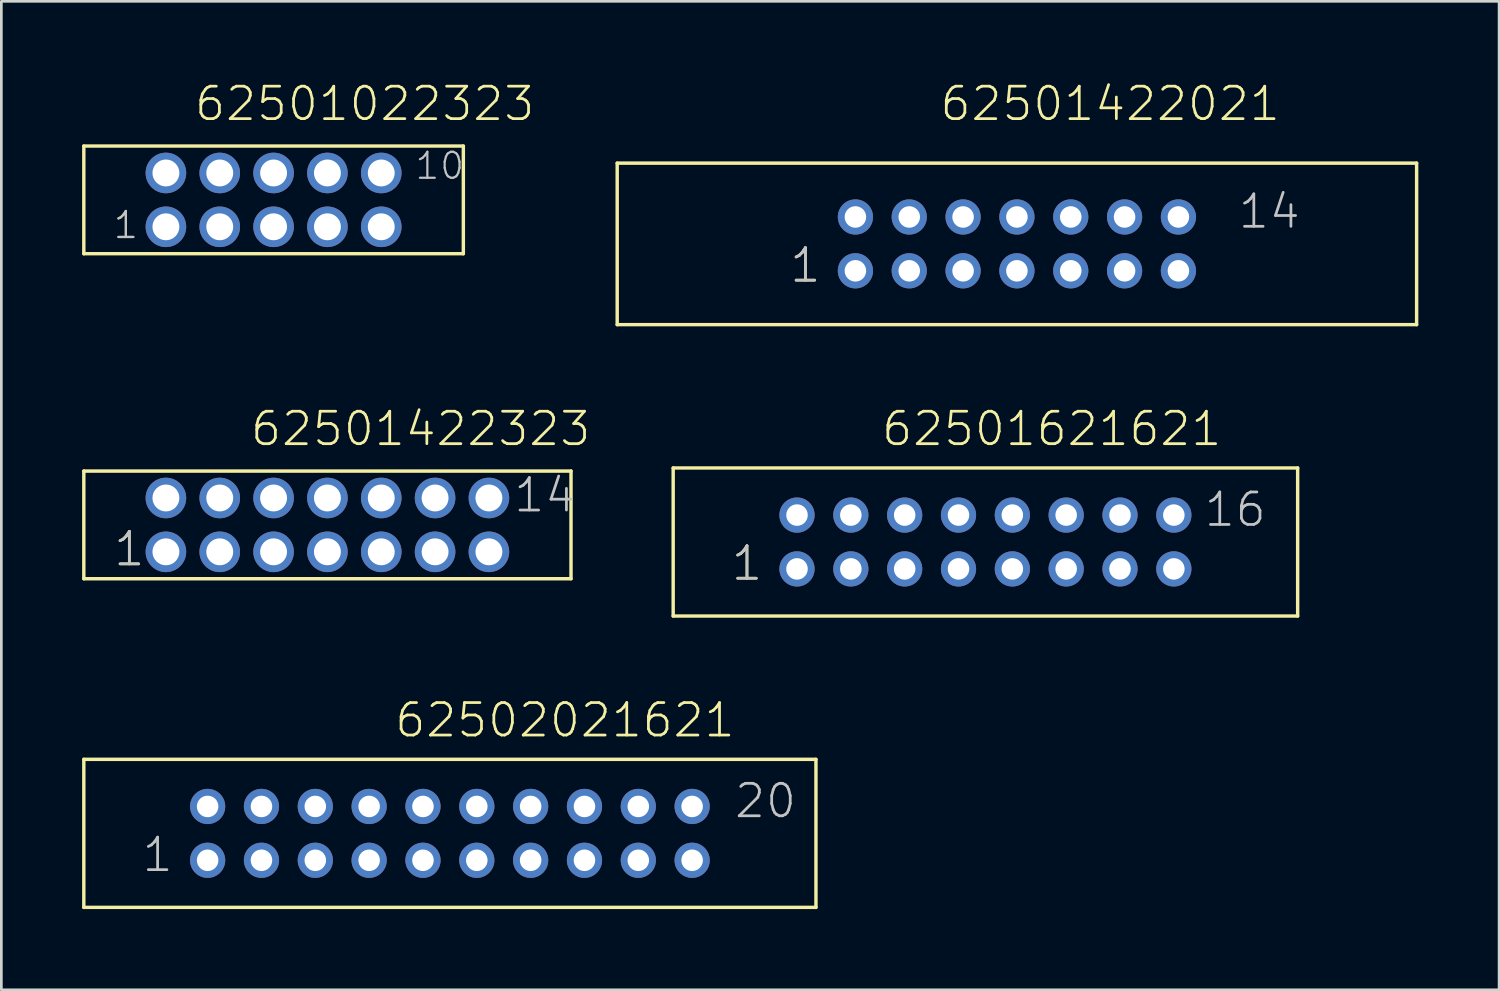
<source format=kicad_pcb>
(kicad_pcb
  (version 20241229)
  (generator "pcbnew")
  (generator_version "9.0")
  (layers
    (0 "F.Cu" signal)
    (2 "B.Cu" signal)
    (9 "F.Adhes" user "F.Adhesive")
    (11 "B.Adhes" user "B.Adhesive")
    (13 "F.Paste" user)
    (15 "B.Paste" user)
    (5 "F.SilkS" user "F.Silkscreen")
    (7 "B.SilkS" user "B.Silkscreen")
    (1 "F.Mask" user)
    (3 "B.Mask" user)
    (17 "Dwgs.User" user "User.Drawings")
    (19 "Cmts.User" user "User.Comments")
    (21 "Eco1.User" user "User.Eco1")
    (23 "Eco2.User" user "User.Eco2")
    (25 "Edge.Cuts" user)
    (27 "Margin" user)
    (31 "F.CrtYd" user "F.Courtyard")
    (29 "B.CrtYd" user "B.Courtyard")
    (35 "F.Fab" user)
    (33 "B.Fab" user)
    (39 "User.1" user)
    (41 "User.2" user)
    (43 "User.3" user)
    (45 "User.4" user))
  (footprint "62502021621"
    (layer "F.Cu")
    (at 13.664 27.911)
    (property "Reference" "62502021621" (at -2.11 -3.5 0) (layer "F.SilkS") (effects (font (size 1.206 1.206) (thickness 0.102)) (justify left bottom)))
    (attr through_hole)
    (fp_line (start -13.6 -2.75) (end -13.6 2.75) (stroke (width 0.127) (type solid)) (layer "F.SilkS"))
    (fp_line (start -13.6 2.75) (end 13.6 2.75) (stroke (width 0.127) (type solid)) (layer "F.SilkS"))
    (fp_line (start 13.6 -2.75) (end -13.6 -2.75) (stroke (width 0.127) (type solid)) (layer "F.SilkS"))
    (fp_line (start 13.6 2.75) (end 13.6 -2.75) (stroke (width 0.127) (type solid)) (layer "F.SilkS"))
    (fp_text user "1" (at -11.5 1.5 0) (layer "Dwgs.User") (effects (font (size 1.206 1.206) (thickness 0.102)) (justify left bottom)))
    (fp_text user "20" (at 10.51 -0.5 0) (layer "Dwgs.User") (effects (font (size 1.206 1.206) (thickness 0.102)) (justify left bottom)))
    (pad "1" thru_hole circle (at -9 1) (size 1.308 1.308) (drill 0.8) (layers "*.Cu" "*.Mask"))
    (pad "2" thru_hole circle (at -9 -1) (size 1.308 1.308) (drill 0.8) (layers "*.Cu" "*.Mask"))
    (pad "3" thru_hole circle (at -7 1) (size 1.308 1.308) (drill 0.8) (layers "*.Cu" "*.Mask"))
    (pad "4" thru_hole circle (at -7 -1) (size 1.308 1.308) (drill 0.8) (layers "*.Cu" "*.Mask"))
    (pad "5" thru_hole circle (at -5 1) (size 1.308 1.308) (drill 0.8) (layers "*.Cu" "*.Mask"))
    (pad "6" thru_hole circle (at -5 -1) (size 1.308 1.308) (drill 0.8) (layers "*.Cu" "*.Mask"))
    (pad "7" thru_hole circle (at -3 1) (size 1.308 1.308) (drill 0.8) (layers "*.Cu" "*.Mask"))
    (pad "8" thru_hole circle (at -3 -1) (size 1.308 1.308) (drill 0.8) (layers "*.Cu" "*.Mask"))
    (pad "9" thru_hole circle (at -1 1) (size 1.308 1.308) (drill 0.8) (layers "*.Cu" "*.Mask"))
    (pad "10" thru_hole circle (at -1 -1) (size 1.308 1.308) (drill 0.8) (layers "*.Cu" "*.Mask"))
    (pad "11" thru_hole circle (at 1 1) (size 1.308 1.308) (drill 0.8) (layers "*.Cu" "*.Mask"))
    (pad "12" thru_hole circle (at 1 -1) (size 1.308 1.308) (drill 0.8) (layers "*.Cu" "*.Mask"))
    (pad "13" thru_hole circle (at 3 1) (size 1.308 1.308) (drill 0.8) (layers "*.Cu" "*.Mask"))
    (pad "14" thru_hole circle (at 3 -1) (size 1.308 1.308) (drill 0.8) (layers "*.Cu" "*.Mask"))
    (pad "15" thru_hole circle (at 5 1) (size 1.308 1.308) (drill 0.8) (layers "*.Cu" "*.Mask"))
    (pad "16" thru_hole circle (at 5 -1) (size 1.308 1.308) (drill 0.8) (layers "*.Cu" "*.Mask"))
    (pad "17" thru_hole circle (at 7 1) (size 1.308 1.308) (drill 0.8) (layers "*.Cu" "*.Mask"))
    (pad "18" thru_hole circle (at 7 -1) (size 1.308 1.308) (drill 0.8) (layers "*.Cu" "*.Mask"))
    (pad "19" thru_hole circle (at 9 1) (size 1.308 1.308) (drill 0.8) (layers "*.Cu" "*.Mask"))
    (pad "20" thru_hole circle (at 9 -1) (size 1.308 1.308) (drill 0.8) (layers "*.Cu" "*.Mask")))
  (footprint "62501422323"
    (layer "F.Cu")
    (at 9.114 16.451)
    (property "Reference" "62501422323" (at -2.92 -2.865 0) (layer "F.SilkS") (effects (font (size 1.206 1.206) (thickness 0.102)) (justify left bottom)))
    (attr through_hole)
    (fp_line (start -9.05 -2) (end -9.05 2) (stroke (width 0.127) (type solid)) (layer "F.SilkS"))
    (fp_line (start -9.05 2) (end 9.05 2) (stroke (width 0.127) (type solid)) (layer "F.SilkS"))
    (fp_line (start 9.05 -2) (end -9.05 -2) (stroke (width 0.127) (type solid)) (layer "F.SilkS"))
    (fp_line (start 9.05 2) (end 9.05 -2) (stroke (width 0.127) (type solid)) (layer "F.SilkS"))
    (fp_text user "1" (at -8 1.6 0) (layer "F.SilkS") (effects (font (size 1.206 1.206) (thickness 0.102)) (justify left bottom)))
    (fp_text user "1" (at -8 1.6 0) (layer "Dwgs.User") (effects (font (size 1.206 1.206) (thickness 0.102)) (justify left bottom)))
    (fp_text user "14" (at 6.86 -0.4 0) (layer "Dwgs.User") (effects (font (size 1.206 1.206) (thickness 0.102)) (justify left bottom)))
    (pad "1" thru_hole circle (at -6 1) (size 1.508 1.508) (drill 1) (layers "*.Cu" "*.Mask"))
    (pad "2" thru_hole circle (at -6 -1) (size 1.508 1.508) (drill 1) (layers "*.Cu" "*.Mask"))
    (pad "3" thru_hole circle (at -4 1) (size 1.508 1.508) (drill 1) (layers "*.Cu" "*.Mask"))
    (pad "4" thru_hole circle (at -4 -1) (size 1.508 1.508) (drill 1) (layers "*.Cu" "*.Mask"))
    (pad "5" thru_hole circle (at -2 1) (size 1.508 1.508) (drill 1) (layers "*.Cu" "*.Mask"))
    (pad "6" thru_hole circle (at -2 -1) (size 1.508 1.508) (drill 1) (layers "*.Cu" "*.Mask"))
    (pad "7" thru_hole circle (at 0 1) (size 1.508 1.508) (drill 1) (layers "*.Cu" "*.Mask"))
    (pad "8" thru_hole circle (at 0 -1) (size 1.508 1.508) (drill 1) (layers "*.Cu" "*.Mask"))
    (pad "9" thru_hole circle (at 2 1) (size 1.508 1.508) (drill 1) (layers "*.Cu" "*.Mask"))
    (pad "10" thru_hole circle (at 2 -1) (size 1.508 1.508) (drill 1) (layers "*.Cu" "*.Mask"))
    (pad "11" thru_hole circle (at 4 1) (size 1.508 1.508) (drill 1) (layers "*.Cu" "*.Mask"))
    (pad "12" thru_hole circle (at 4 -1) (size 1.508 1.508) (drill 1) (layers "*.Cu" "*.Mask"))
    (pad "13" thru_hole circle (at 6 1) (size 1.508 1.508) (drill 1) (layers "*.Cu" "*.Mask"))
    (pad "14" thru_hole circle (at 6 -1) (size 1.508 1.508) (drill 1) (layers "*.Cu" "*.Mask")))
  (footprint "62501621621"
    (layer "F.Cu")
    (at 33.56 17.086)
    (property "Reference" "62501621621" (at -3.92 -3.5 0) (layer "F.SilkS") (effects (font (size 1.206 1.206) (thickness 0.102)) (justify left bottom)))
    (attr through_hole)
    (fp_line (start -11.6 -2.75) (end -11.6 2.75) (stroke (width 0.127) (type solid)) (layer "F.SilkS"))
    (fp_line (start -11.6 2.75) (end 11.6 2.75) (stroke (width 0.127) (type solid)) (layer "F.SilkS"))
    (fp_line (start 11.6 -2.75) (end -11.6 -2.75) (stroke (width 0.127) (type solid)) (layer "F.SilkS"))
    (fp_line (start 11.6 2.75) (end 11.6 -2.75) (stroke (width 0.127) (type solid)) (layer "F.SilkS"))
    (fp_text user "1" (at -9.5 1.5 0) (layer "F.SilkS") (effects (font (size 1.206 1.206) (thickness 0.102)) (justify left bottom)))
    (fp_text user "16" (at 8.065 -0.5 0) (layer "Dwgs.User") (effects (font (size 1.206 1.206) (thickness 0.102)) (justify left bottom)))
    (fp_text user "1" (at -9.5 1.5 0) (layer "Dwgs.User") (effects (font (size 1.206 1.206) (thickness 0.102)) (justify left bottom)))
    (pad "1" thru_hole circle (at -7 1) (size 1.308 1.308) (drill 0.8) (layers "*.Cu" "*.Mask"))
    (pad "2" thru_hole circle (at -7 -1) (size 1.308 1.308) (drill 0.8) (layers "*.Cu" "*.Mask"))
    (pad "3" thru_hole circle (at -5 1) (size 1.308 1.308) (drill 0.8) (layers "*.Cu" "*.Mask"))
    (pad "4" thru_hole circle (at -5 -1) (size 1.308 1.308) (drill 0.8) (layers "*.Cu" "*.Mask"))
    (pad "5" thru_hole circle (at -3 1) (size 1.308 1.308) (drill 0.8) (layers "*.Cu" "*.Mask"))
    (pad "6" thru_hole circle (at -3 -1) (size 1.308 1.308) (drill 0.8) (layers "*.Cu" "*.Mask"))
    (pad "7" thru_hole circle (at -1 1) (size 1.308 1.308) (drill 0.8) (layers "*.Cu" "*.Mask"))
    (pad "8" thru_hole circle (at -1 -1) (size 1.308 1.308) (drill 0.8) (layers "*.Cu" "*.Mask"))
    (pad "9" thru_hole circle (at 1 1) (size 1.308 1.308) (drill 0.8) (layers "*.Cu" "*.Mask"))
    (pad "10" thru_hole circle (at 1 -1) (size 1.308 1.308) (drill 0.8) (layers "*.Cu" "*.Mask"))
    (pad "11" thru_hole circle (at 3 1) (size 1.308 1.308) (drill 0.8) (layers "*.Cu" "*.Mask"))
    (pad "12" thru_hole circle (at 3 -1) (size 1.308 1.308) (drill 0.8) (layers "*.Cu" "*.Mask"))
    (pad "13" thru_hole circle (at 5 1) (size 1.308 1.308) (drill 0.8) (layers "*.Cu" "*.Mask"))
    (pad "14" thru_hole circle (at 5 -1) (size 1.308 1.308) (drill 0.8) (layers "*.Cu" "*.Mask"))
    (pad "15" thru_hole circle (at 7 1) (size 1.308 1.308) (drill 0.8) (layers "*.Cu" "*.Mask"))
    (pad "16" thru_hole circle (at 7 -1) (size 1.308 1.308) (drill 0.8) (layers "*.Cu" "*.Mask")))
  (footprint "62501422021"
    (layer "F.Cu")
    (at 34.73 6.011)
    (property "Reference" "62501422021" (at -2.92 -4.5 0) (layer "F.SilkS") (effects (font (size 1.206 1.206) (thickness 0.102)) (justify left bottom)))
    (attr through_hole)
    (fp_line (start -14.85 -3) (end -14.85 3) (stroke (width 0.127) (type solid)) (layer "F.SilkS"))
    (fp_line (start -14.85 3) (end 14.85 3) (stroke (width 0.127) (type solid)) (layer "F.SilkS"))
    (fp_line (start 14.85 -3) (end -14.85 -3) (stroke (width 0.127) (type solid)) (layer "F.SilkS"))
    (fp_line (start 14.85 3) (end 14.85 -3) (stroke (width 0.127) (type solid)) (layer "F.SilkS"))
    (fp_text user "1" (at -8.5 1.5 0) (layer "F.SilkS") (effects (font (size 1.206 1.206) (thickness 0.102)) (justify left bottom)))
    (fp_text user "14" (at 8.16 -0.5 0) (layer "Dwgs.User") (effects (font (size 1.206 1.206) (thickness 0.102)) (justify left bottom)))
    (fp_text user "1" (at -8.5 1.5 0) (layer "Dwgs.User") (effects (font (size 1.206 1.206) (thickness 0.102)) (justify left bottom)))
    (pad "1" thru_hole circle (at -6 1) (size 1.308 1.308) (drill 0.8) (layers "*.Cu" "*.Mask"))
    (pad "2" thru_hole circle (at -6 -1) (size 1.308 1.308) (drill 0.8) (layers "*.Cu" "*.Mask"))
    (pad "3" thru_hole circle (at -4 1) (size 1.308 1.308) (drill 0.8) (layers "*.Cu" "*.Mask"))
    (pad "4" thru_hole circle (at -4 -1) (size 1.308 1.308) (drill 0.8) (layers "*.Cu" "*.Mask"))
    (pad "5" thru_hole circle (at -2 1) (size 1.308 1.308) (drill 0.8) (layers "*.Cu" "*.Mask"))
    (pad "6" thru_hole circle (at -2 -1) (size 1.308 1.308) (drill 0.8) (layers "*.Cu" "*.Mask"))
    (pad "7" thru_hole circle (at 0 1) (size 1.308 1.308) (drill 0.8) (layers "*.Cu" "*.Mask"))
    (pad "8" thru_hole circle (at 0 -1) (size 1.308 1.308) (drill 0.8) (layers "*.Cu" "*.Mask"))
    (pad "9" thru_hole circle (at 2 1) (size 1.308 1.308) (drill 0.8) (layers "*.Cu" "*.Mask"))
    (pad "10" thru_hole circle (at 2 -1) (size 1.308 1.308) (drill 0.8) (layers "*.Cu" "*.Mask"))
    (pad "11" thru_hole circle (at 4 1) (size 1.308 1.308) (drill 0.8) (layers "*.Cu" "*.Mask"))
    (pad "12" thru_hole circle (at 4 -1) (size 1.308 1.308) (drill 0.8) (layers "*.Cu" "*.Mask"))
    (pad "13" thru_hole circle (at 6 1) (size 1.308 1.308) (drill 0.8) (layers "*.Cu" "*.Mask"))
    (pad "14" thru_hole circle (at 6 -1) (size 1.308 1.308) (drill 0.8) (layers "*.Cu" "*.Mask")))
  (footprint "62501022323"
    (layer "F.Cu")
    (at 7.114 4.376)
    (property "Reference" "62501022323" (at -3 -2.865 0) (layer "F.SilkS") (effects (font (size 1.206 1.206) (thickness 0.102)) (justify left bottom)))
    (attr through_hole)
    (fp_line (start -7.05 -2) (end -7.05 2) (stroke (width 0.127) (type solid)) (layer "F.SilkS"))
    (fp_line (start -7.05 2) (end 7.05 2) (stroke (width 0.127) (type solid)) (layer "F.SilkS"))
    (fp_line (start 7.05 -2) (end -7.05 -2) (stroke (width 0.127) (type solid)) (layer "F.SilkS"))
    (fp_line (start 7.05 2) (end 7.05 -2) (stroke (width 0.127) (type solid)) (layer "F.SilkS"))
    (fp_text user "1" (at -6 1.5 0) (layer "F.SilkS") (effects (font (size 0.965 0.965) (thickness 0.081)) (justify left bottom)))
    (fp_text user "10" (at 5.2 -0.7 0) (layer "Dwgs.User") (effects (font (size 0.965 0.965) (thickness 0.081)) (justify left bottom)))
    (fp_text user "1" (at -6 1.5 0) (layer "Dwgs.User") (effects (font (size 0.965 0.965) (thickness 0.081)) (justify left bottom)))
    (pad "1" thru_hole circle (at -4 1) (size 1.508 1.508) (drill 1) (layers "*.Cu" "*.Mask"))
    (pad "2" thru_hole circle (at -4 -1) (size 1.508 1.508) (drill 1) (layers "*.Cu" "*.Mask"))
    (pad "3" thru_hole circle (at -2 1) (size 1.508 1.508) (drill 1) (layers "*.Cu" "*.Mask"))
    (pad "4" thru_hole circle (at -2 -1) (size 1.508 1.508) (drill 1) (layers "*.Cu" "*.Mask"))
    (pad "5" thru_hole circle (at 0 1) (size 1.508 1.508) (drill 1) (layers "*.Cu" "*.Mask"))
    (pad "6" thru_hole circle (at 0 -1) (size 1.508 1.508) (drill 1) (layers "*.Cu" "*.Mask"))
    (pad "7" thru_hole circle (at 2 1) (size 1.508 1.508) (drill 1) (layers "*.Cu" "*.Mask"))
    (pad "8" thru_hole circle (at 2 -1) (size 1.508 1.508) (drill 1) (layers "*.Cu" "*.Mask"))
    (pad "9" thru_hole circle (at 4 1) (size 1.508 1.508) (drill 1) (layers "*.Cu" "*.Mask"))
    (pad "10" thru_hole circle (at 4 -1) (size 1.508 1.508) (drill 1) (layers "*.Cu" "*.Mask")))
  (gr_rect
    (start -3 -3)
    (end 52.644 33.724)
    (stroke (width 0.1) (type default))
    (fill no)
    (layer "Edge.Cuts")))
</source>
